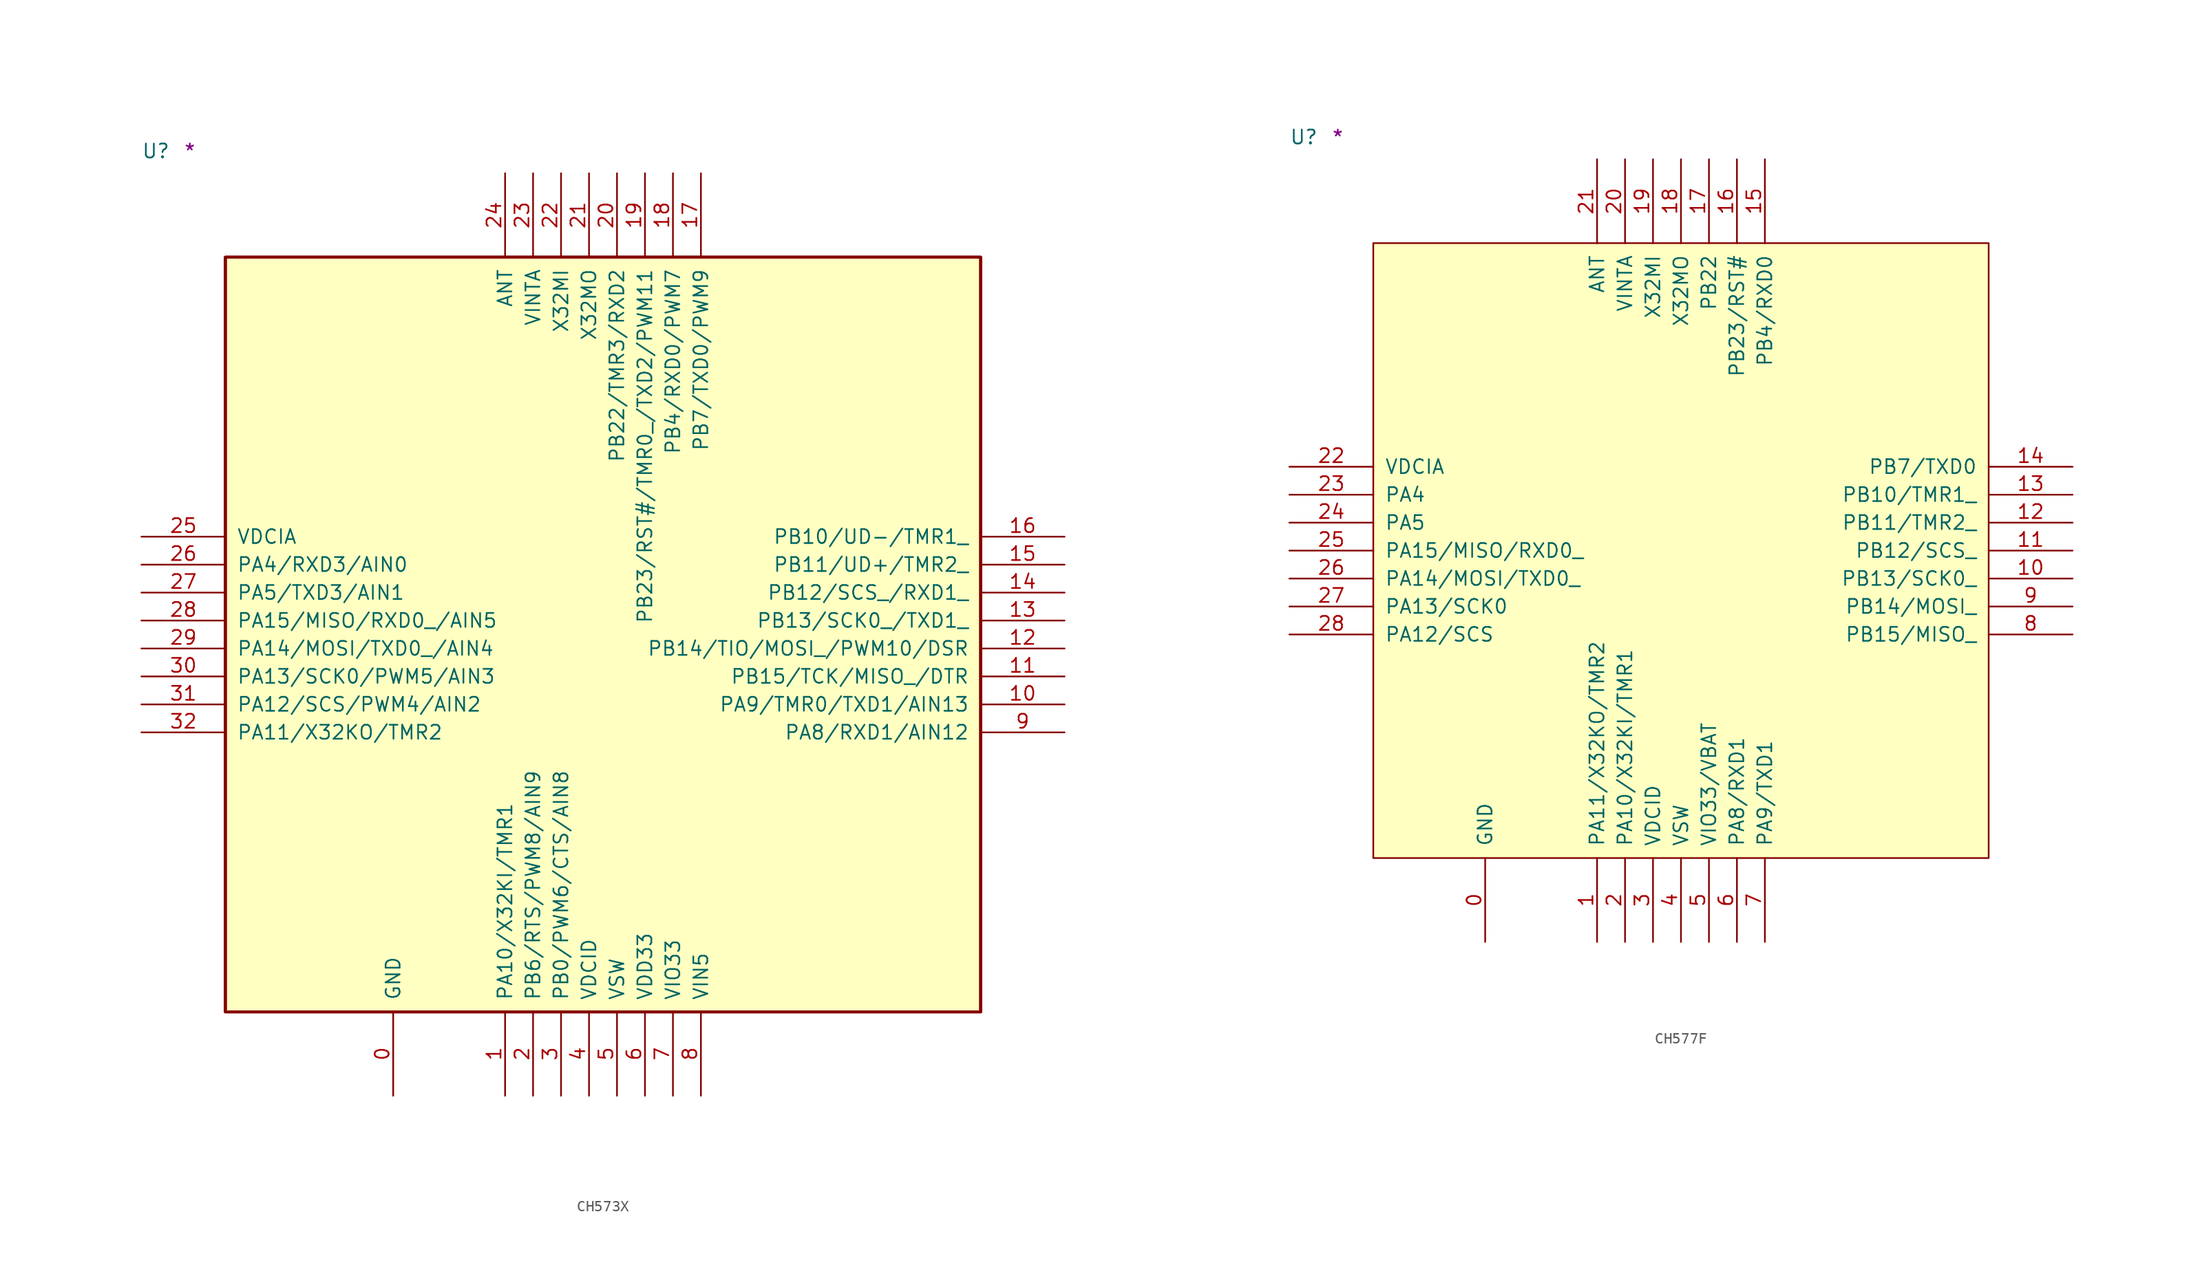
<source format=kicad_sym>
(kicad_symbol_lib
  (version 20211014)
  (generator kicad_symbol_editor)
  (symbol "CH573X"
    (pin_names
      (offset 1.016))
    (property "Reference" "U"
      (at -7.62 8.89 0)
      (effects (font (size 1.27 1.27)) (justify left bottom)))
    (property "Comment" "*"
      (at -3.81 8.89 0)
      (effects (font (size 1.27 1.27)) (justify left bottom)))
    (symbol "CH573X_1_1"
      (rectangle (start 0 -68.58) (end 68.58 0) (stroke (width 0.254) (type default) (color 0 0 0 0)) (fill (type background)))
      (rectangle (start 0 -68.58) (end 68.58 0) (stroke (width 0.254) (type default) (color 0 0 0 0)) (fill (type background)))
      (rectangle (start 0 -68.58) (end 68.58 0) (stroke (width 0.254) (type default) (color 0 0 0 0)) (fill (type background)))
      (pin power_in line (at 15.24 -76.2 90) (length 7.62) (name "GND" (effects (font (size 1.27 1.27)))) (number "0" (effects (font (size 1.27 1.27)))))
      (pin bidirectional line (at 25.4 -76.2 90) (length 7.62) (name "PA10/X32KI/TMR1" (effects (font (size 1.27 1.27)))) (number "1" (effects (font (size 1.27 1.27)))))
      (pin bidirectional line (at 76.2 -40.64 180) (length 7.62) (name "PA9/TMR0/TXD1/AIN13" (effects (font (size 1.27 1.27)))) (number "10" (effects (font (size 1.27 1.27)))))
      (pin bidirectional line (at 76.2 -38.1 180) (length 7.62) (name "PB15/TCK/MISO_/DTR" (effects (font (size 1.27 1.27)))) (number "11" (effects (font (size 1.27 1.27)))))
      (pin bidirectional line (at 76.2 -35.56 180) (length 7.62) (name "PB14/TIO/MOSI_/PWM10/DSR" (effects (font (size 1.27 1.27)))) (number "12" (effects (font (size 1.27 1.27)))))
      (pin bidirectional line (at 76.2 -33.02 180) (length 7.62) (name "PB13/SCK0_/TXD1_" (effects (font (size 1.27 1.27)))) (number "13" (effects (font (size 1.27 1.27)))))
      (pin bidirectional line (at 76.2 -30.48 180) (length 7.62) (name "PB12/SCS_/RXD1_" (effects (font (size 1.27 1.27)))) (number "14" (effects (font (size 1.27 1.27)))))
      (pin bidirectional line (at 76.2 -27.94 180) (length 7.62) (name "PB11/UD+/TMR2_" (effects (font (size 1.27 1.27)))) (number "15" (effects (font (size 1.27 1.27)))))
      (pin bidirectional line (at 76.2 -25.4 180) (length 7.62) (name "PB10/UD-/TMR1_" (effects (font (size 1.27 1.27)))) (number "16" (effects (font (size 1.27 1.27)))))
      (pin bidirectional line (at 43.18 7.62 270) (length 7.62) (name "PB7/TXD0/PWM9" (effects (font (size 1.27 1.27)))) (number "17" (effects (font (size 1.27 1.27)))))
      (pin bidirectional line (at 40.64 7.62 270) (length 7.62) (name "PB4/RXD0/PWM7" (effects (font (size 1.27 1.27)))) (number "18" (effects (font (size 1.27 1.27)))))
      (pin bidirectional line (at 38.1 7.62 270) (length 7.62) (name "PB23/RST#/TMR0_/TXD2/PWM11" (effects (font (size 1.27 1.27)))) (number "19" (effects (font (size 1.27 1.27)))))
      (pin bidirectional line (at 27.94 -76.2 90) (length 7.62) (name "PB6/RTS/PWM8/AIN9" (effects (font (size 1.27 1.27)))) (number "2" (effects (font (size 1.27 1.27)))))
      (pin bidirectional line (at 35.56 7.62 270) (length 7.62) (name "PB22/TMR3/RXD2" (effects (font (size 1.27 1.27)))) (number "20" (effects (font (size 1.27 1.27)))))
      (pin output line (at 33.02 7.62 270) (length 7.62) (name "X32MO" (effects (font (size 1.27 1.27)))) (number "21" (effects (font (size 1.27 1.27)))))
      (pin input line (at 30.48 7.62 270) (length 7.62) (name "X32MI" (effects (font (size 1.27 1.27)))) (number "22" (effects (font (size 1.27 1.27)))))
      (pin power_in line (at 27.94 7.62 270) (length 7.62) (name "VINTA" (effects (font (size 1.27 1.27)))) (number "23" (effects (font (size 1.27 1.27)))))
      (pin bidirectional line (at 25.4 7.62 270) (length 7.62) (name "ANT" (effects (font (size 1.27 1.27)))) (number "24" (effects (font (size 1.27 1.27)))))
      (pin power_in line (at -7.62 -25.4 0) (length 7.62) (name "VDCIA" (effects (font (size 1.27 1.27)))) (number "25" (effects (font (size 1.27 1.27)))))
      (pin bidirectional line (at -7.62 -27.94 0) (length 7.62) (name "PA4/RXD3/AIN0" (effects (font (size 1.27 1.27)))) (number "26" (effects (font (size 1.27 1.27)))))
      (pin bidirectional line (at -7.62 -30.48 0) (length 7.62) (name "PA5/TXD3/AIN1" (effects (font (size 1.27 1.27)))) (number "27" (effects (font (size 1.27 1.27)))))
      (pin bidirectional line (at -7.62 -33.02 0) (length 7.62) (name "PA15/MISO/RXD0_/AIN5" (effects (font (size 1.27 1.27)))) (number "28" (effects (font (size 1.27 1.27)))))
      (pin bidirectional line (at -7.62 -35.56 0) (length 7.62) (name "PA14/MOSI/TXD0_/AIN4" (effects (font (size 1.27 1.27)))) (number "29" (effects (font (size 1.27 1.27)))))
      (pin bidirectional line (at 30.48 -76.2 90) (length 7.62) (name "PB0/PWM6/CTS/AIN8" (effects (font (size 1.27 1.27)))) (number "3" (effects (font (size 1.27 1.27)))))
      (pin bidirectional line (at -7.62 -38.1 0) (length 7.62) (name "PA13/SCK0/PWM5/AIN3" (effects (font (size 1.27 1.27)))) (number "30" (effects (font (size 1.27 1.27)))))
      (pin bidirectional line (at -7.62 -40.64 0) (length 7.62) (name "PA12/SCS/PWM4/AIN2" (effects (font (size 1.27 1.27)))) (number "31" (effects (font (size 1.27 1.27)))))
      (pin bidirectional line (at -7.62 -43.18 0) (length 7.62) (name "PA11/X32KO/TMR2" (effects (font (size 1.27 1.27)))) (number "32" (effects (font (size 1.27 1.27)))))
      (pin power_in line (at 33.02 -76.2 90) (length 7.62) (name "VDCID" (effects (font (size 1.27 1.27)))) (number "4" (effects (font (size 1.27 1.27)))))
      (pin power_in line (at 35.56 -76.2 90) (length 7.62) (name "VSW" (effects (font (size 1.27 1.27)))) (number "5" (effects (font (size 1.27 1.27)))))
      (pin power_in line (at 38.1 -76.2 90) (length 7.62) (name "VDD33" (effects (font (size 1.27 1.27)))) (number "6" (effects (font (size 1.27 1.27)))))
      (pin power_in line (at 40.64 -76.2 90) (length 7.62) (name "VIO33" (effects (font (size 1.27 1.27)))) (number "7" (effects (font (size 1.27 1.27)))))
      (pin power_in line (at 43.18 -76.2 90) (length 7.62) (name "VIN5" (effects (font (size 1.27 1.27)))) (number "8" (effects (font (size 1.27 1.27)))))
      (pin bidirectional line (at 76.2 -43.18 180) (length 7.62) (name "PA8/RXD1/AIN12" (effects (font (size 1.27 1.27)))) (number "9" (effects (font (size 1.27 1.27)))))))
  (symbol "CH577F"
    (pin_names
      (offset 1.016))
    (property "Reference" "U"
      (at -7.62 8.89 0)
      (effects (font (size 1.27 1.27)) (justify left bottom)))
    (property "Comment" "*"
      (at -3.81 8.89 0)
      (effects (font (size 1.27 1.27)) (justify left bottom)))
    (symbol "CH577F_1_1"
      (rectangle (start 0 -55.88) (end 55.88 0) (stroke (width 0) (type default) (color 0 0 0 0)) (fill (type background)))
      (pin power_in line (at 10.16 -63.5 90) (length 7.62) (name "GND" (effects (font (size 1.27 1.27)))) (number "0" (effects (font (size 1.27 1.27)))))
      (pin bidirectional line (at 20.32 -63.5 90) (length 7.62) (name "PA11/X32KO/TMR2" (effects (font (size 1.27 1.27)))) (number "1" (effects (font (size 1.27 1.27)))))
      (pin bidirectional line (at 63.5 -30.48 180) (length 7.62) (name "PB13/SCK0_" (effects (font (size 1.27 1.27)))) (number "10" (effects (font (size 1.27 1.27)))))
      (pin bidirectional line (at 63.5 -27.94 180) (length 7.62) (name "PB12/SCS_" (effects (font (size 1.27 1.27)))) (number "11" (effects (font (size 1.27 1.27)))))
      (pin bidirectional line (at 63.5 -25.4 180) (length 7.62) (name "PB11/TMR2_" (effects (font (size 1.27 1.27)))) (number "12" (effects (font (size 1.27 1.27)))))
      (pin bidirectional line (at 63.5 -22.86 180) (length 7.62) (name "PB10/TMR1_" (effects (font (size 1.27 1.27)))) (number "13" (effects (font (size 1.27 1.27)))))
      (pin bidirectional line (at 63.5 -20.32 180) (length 7.62) (name "PB7/TXD0" (effects (font (size 1.27 1.27)))) (number "14" (effects (font (size 1.27 1.27)))))
      (pin bidirectional line (at 35.56 7.62 270) (length 7.62) (name "PB4/RXD0" (effects (font (size 1.27 1.27)))) (number "15" (effects (font (size 1.27 1.27)))))
      (pin bidirectional line (at 33.02 7.62 270) (length 7.62) (name "PB23/RST#" (effects (font (size 1.27 1.27)))) (number "16" (effects (font (size 1.27 1.27)))))
      (pin bidirectional line (at 30.48 7.62 270) (length 7.62) (name "PB22" (effects (font (size 1.27 1.27)))) (number "17" (effects (font (size 1.27 1.27)))))
      (pin output line (at 27.94 7.62 270) (length 7.62) (name "X32MO" (effects (font (size 1.27 1.27)))) (number "18" (effects (font (size 1.27 1.27)))))
      (pin input line (at 25.4 7.62 270) (length 7.62) (name "X32MI" (effects (font (size 1.27 1.27)))) (number "19" (effects (font (size 1.27 1.27)))))
      (pin bidirectional line (at 22.86 -63.5 90) (length 7.62) (name "PA10/X32KI/TMR1" (effects (font (size 1.27 1.27)))) (number "2" (effects (font (size 1.27 1.27)))))
      (pin power_in line (at 22.86 7.62 270) (length 7.62) (name "VINTA" (effects (font (size 1.27 1.27)))) (number "20" (effects (font (size 1.27 1.27)))))
      (pin bidirectional line (at 20.32 7.62 270) (length 7.62) (name "ANT" (effects (font (size 1.27 1.27)))) (number "21" (effects (font (size 1.27 1.27)))))
      (pin power_in line (at -7.62 -20.32 0) (length 7.62) (name "VDCIA" (effects (font (size 1.27 1.27)))) (number "22" (effects (font (size 1.27 1.27)))))
      (pin bidirectional line (at -7.62 -22.86 0) (length 7.62) (name "PA4" (effects (font (size 1.27 1.27)))) (number "23" (effects (font (size 1.27 1.27)))))
      (pin bidirectional line (at -7.62 -25.4 0) (length 7.62) (name "PA5" (effects (font (size 1.27 1.27)))) (number "24" (effects (font (size 1.27 1.27)))))
      (pin bidirectional line (at -7.62 -27.94 0) (length 7.62) (name "PA15/MISO/RXD0_" (effects (font (size 1.27 1.27)))) (number "25" (effects (font (size 1.27 1.27)))))
      (pin bidirectional line (at -7.62 -30.48 0) (length 7.62) (name "PA14/MOSI/TXD0_" (effects (font (size 1.27 1.27)))) (number "26" (effects (font (size 1.27 1.27)))))
      (pin bidirectional line (at -7.62 -33.02 0) (length 7.62) (name "PA13/SCK0" (effects (font (size 1.27 1.27)))) (number "27" (effects (font (size 1.27 1.27)))))
      (pin bidirectional line (at -7.62 -35.56 0) (length 7.62) (name "PA12/SCS" (effects (font (size 1.27 1.27)))) (number "28" (effects (font (size 1.27 1.27)))))
      (pin power_in line (at 25.4 -63.5 90) (length 7.62) (name "VDCID" (effects (font (size 1.27 1.27)))) (number "3" (effects (font (size 1.27 1.27)))))
      (pin power_in line (at 27.94 -63.5 90) (length 7.62) (name "VSW" (effects (font (size 1.27 1.27)))) (number "4" (effects (font (size 1.27 1.27)))))
      (pin power_in line (at 30.48 -63.5 90) (length 7.62) (name "VIO33/VBAT" (effects (font (size 1.27 1.27)))) (number "5" (effects (font (size 1.27 1.27)))))
      (pin bidirectional line (at 33.02 -63.5 90) (length 7.62) (name "PA8/RXD1" (effects (font (size 1.27 1.27)))) (number "6" (effects (font (size 1.27 1.27)))))
      (pin bidirectional line (at 35.56 -63.5 90) (length 7.62) (name "PA9/TXD1" (effects (font (size 1.27 1.27)))) (number "7" (effects (font (size 1.27 1.27)))))
      (pin bidirectional line (at 63.5 -35.56 180) (length 7.62) (name "PB15/MISO_" (effects (font (size 1.27 1.27)))) (number "8" (effects (font (size 1.27 1.27)))))
      (pin bidirectional line (at 63.5 -33.02 180) (length 7.62) (name "PB14/MOSI_" (effects (font (size 1.27 1.27)))) (number "9" (effects (font (size 1.27 1.27))))))))
</source>
